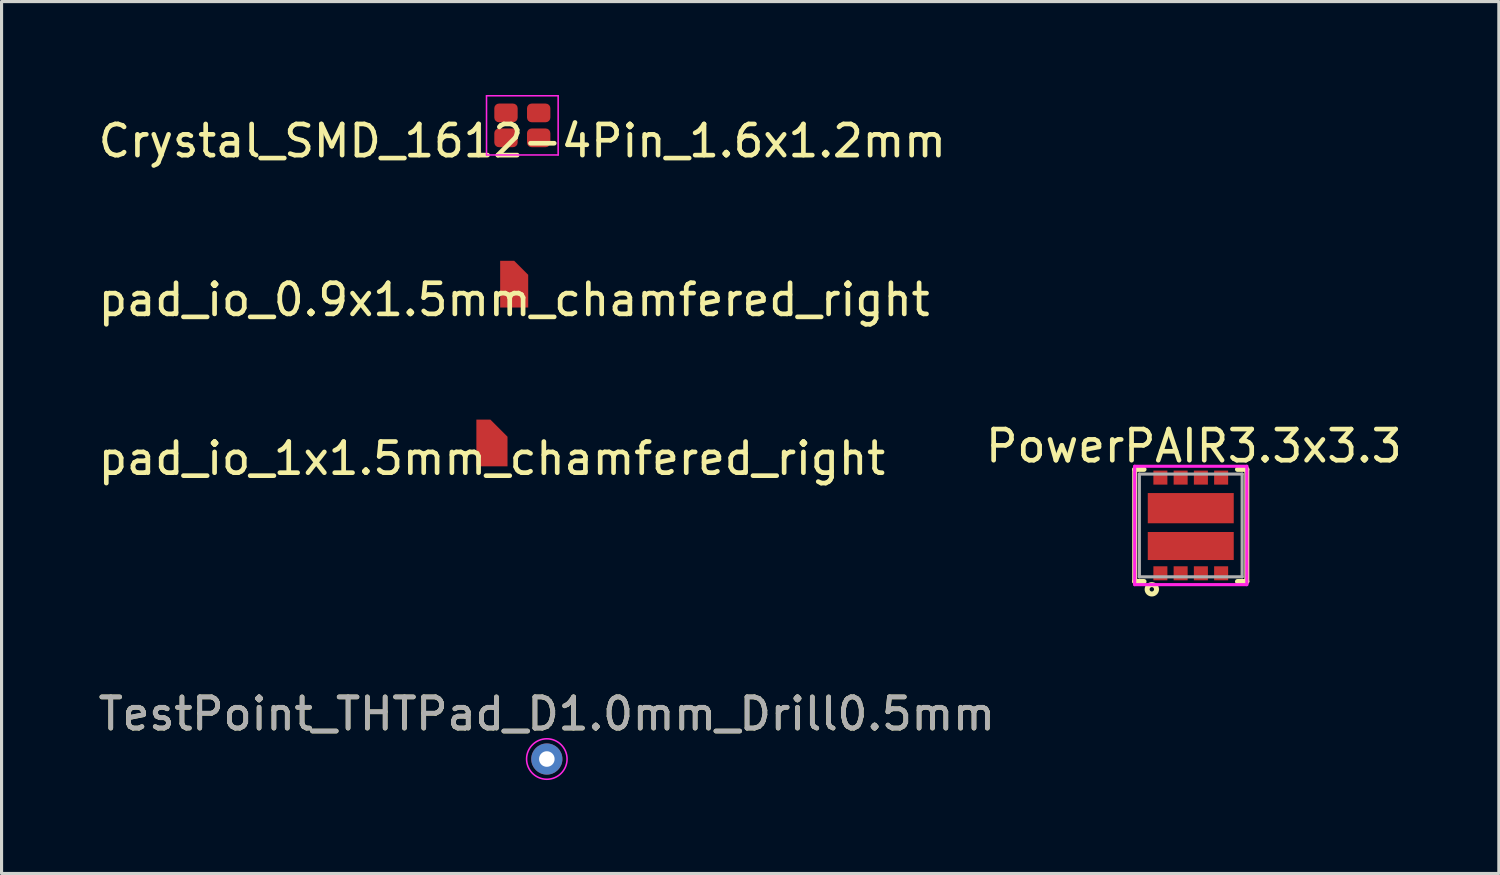
<source format=kicad_pcb>
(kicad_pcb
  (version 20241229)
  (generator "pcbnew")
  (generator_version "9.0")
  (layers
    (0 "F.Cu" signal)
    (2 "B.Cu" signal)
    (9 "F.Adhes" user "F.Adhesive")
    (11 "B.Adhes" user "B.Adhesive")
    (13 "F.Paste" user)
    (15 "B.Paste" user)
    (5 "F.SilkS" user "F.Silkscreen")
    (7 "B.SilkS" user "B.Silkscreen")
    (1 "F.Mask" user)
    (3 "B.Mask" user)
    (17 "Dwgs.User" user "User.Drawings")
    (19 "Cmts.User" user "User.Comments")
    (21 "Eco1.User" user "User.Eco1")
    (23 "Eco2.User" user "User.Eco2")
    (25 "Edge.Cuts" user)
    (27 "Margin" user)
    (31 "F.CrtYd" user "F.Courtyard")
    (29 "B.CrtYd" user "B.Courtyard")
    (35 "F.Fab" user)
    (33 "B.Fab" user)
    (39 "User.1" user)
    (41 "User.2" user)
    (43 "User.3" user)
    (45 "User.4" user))
  (footprint "PowerPAIR3.3x3.3"
    (layer "F.Cu")
    (at 35.18 13.82)
    (property "Reference" "PowerPAIR3.3x3.3" (at 0.1 -2.55 0) (layer "F.SilkS") (effects (font (size 1 1) (thickness 0.15))))
    (attr smd)
    (fp_line (start -1.8 -1.8) (end -1.8 1.8) (stroke (width 0.16) (type solid)) (layer "F.SilkS"))
    (fp_line (start -1.8 1.8) (end -1.5 1.8) (stroke (width 0.16) (type solid)) (layer "F.SilkS"))
    (fp_line (start -1.5 -1.8) (end -1.8 -1.8) (stroke (width 0.16) (type solid)) (layer "F.SilkS"))
    (fp_line (start 1.5 -1.8) (end 1.8 -1.8) (stroke (width 0.16) (type solid)) (layer "F.SilkS"))
    (fp_line (start 1.8 -1.8) (end 1.8 1.8) (stroke (width 0.16) (type solid)) (layer "F.SilkS"))
    (fp_line (start 1.8 1.8) (end 1.5 1.8) (stroke (width 0.16) (type solid)) (layer "F.SilkS"))
    (fp_circle (center -1.25 2.05) (end -1.2 2.1) (stroke (width 0.16) (type solid)) (fill no) (layer "F.SilkS"))
    (fp_line (start -1.8 -1.9) (end -1.8 1.9) (stroke (width 0.1) (type solid)) (layer "F.CrtYd"))
    (fp_line (start -1.8 -1.9) (end 1.8 -1.9) (stroke (width 0.1) (type solid)) (layer "F.CrtYd"))
    (fp_line (start -1.8 1.9) (end 1.8 1.9) (stroke (width 0.1) (type solid)) (layer "F.CrtYd"))
    (fp_line (start 1.8 -1.9) (end 1.8 1.9) (stroke (width 0.1) (type solid)) (layer "F.CrtYd"))
    (fp_line (start -1.65 -1.65) (end 1.65 -1.65) (stroke (width 0.1) (type solid)) (layer "F.Fab"))
    (fp_line (start -1.65 1.65) (end -1.65 -1.65) (stroke (width 0.1) (type solid)) (layer "F.Fab"))
    (fp_line (start 1.65 -1.65) (end 1.65 1.65) (stroke (width 0.1) (type solid)) (layer "F.Fab"))
    (fp_line (start 1.65 1.65) (end -1.65 1.65) (stroke (width 0.1) (type solid)) (layer "F.Fab"))
    (pad "1" smd rect (at -0.975 1.536) (size 0.45 0.45) (layers "F.Cu" "F.Mask" "F.Paste"))
    (pad "2" smd rect (at -0.325 1.536) (size 0.45 0.45) (layers "F.Cu" "F.Mask" "F.Paste"))
    (pad "2" smd rect (at 0 0.66) (size 2.76 0.9) (layers "F.Cu" "F.Mask" "F.Paste"))
    (pad "2" smd rect (at 0.325 1.536) (size 0.45 0.45) (layers "F.Cu" "F.Mask" "F.Paste"))
    (pad "2" smd rect (at 0.975 1.536) (size 0.45 0.45) (layers "F.Cu" "F.Mask" "F.Paste"))
    (pad "3" smd rect (at 0 -0.555) (size 2.76 0.97) (layers "F.Cu" "F.Mask" "F.Paste"))
    (pad "4" smd rect (at -0.325 -1.536) (size 0.45 0.45) (layers "F.Cu" "F.Mask" "F.Paste"))
    (pad "4" smd rect (at 0.325 -1.536) (size 0.45 0.45) (layers "F.Cu" "F.Mask" "F.Paste"))
    (pad "4" smd rect (at 0.975 -1.536) (size 0.45 0.45) (layers "F.Cu" "F.Mask" "F.Paste"))
    (pad "5" smd rect (at -0.975 -1.536) (size 0.45 0.45) (layers "F.Cu" "F.Mask" "F.Paste")))
  (footprint "pad_io_1x1.5mm_chamfered_right"
    (layer "F.Cu")
    (at 12.744 11.171)
    (property "Reference" "pad_io_1x1.5mm_chamfered_right" (at 0 0.5 0) (layer "F.SilkS") (effects (font (size 1 1) (thickness 0.15))))
    (attr exclude_from_pos_files exclude_from_bom)
    (pad "1" smd custom (at 0 0) (size 0.2 0.2) (layers "F.Cu" "F.Mask") (options (anchor rect)) (primitives (gr_poly (pts (xy -0.5 0.75) (xy 0.5 0.75) (xy 0.5 -0.2) (xy -0.05 -0.75) (xy -0.5 -0.75)) (width 0) (fill yes)))))
  (footprint "TestPoint_THTPad_D1.0mm_Drill0.5mm"
    (layer "F.Cu")
    (at 14.506 21.319)
    (property "Reference" "TestPoint_THTPad_D1.0mm_Drill0.5mm" (at 0 -1.448 0) (layer "F.SilkS") (effects (font (size 1 1) (thickness 0.15))))
    (attr exclude_from_pos_files exclude_from_bom)
    (fp_circle (center 0 0) (end 0.65 0) (stroke (width 0.05) (type solid)) (fill no) (layer "F.CrtYd"))
    (fp_text user "${REFERENCE}" (at 0 -1.45 0) (layer "F.Fab") (effects (font (size 1 1) (thickness 0.15))))
    (pad "1" thru_hole circle (at 0 0) (size 1 1) (drill 0.5) (layers "*.Cu" "*.Mask")))
  (footprint "pad_io_0.9x1.5mm_chamfered_right"
    (layer "F.Cu")
    (at 13.458 6.073)
    (property "Reference" "pad_io_0.9x1.5mm_chamfered_right" (at 0 0.5 0) (layer "F.SilkS") (effects (font (size 1 1) (thickness 0.15))))
    (attr exclude_from_pos_files exclude_from_bom)
    (pad "1" smd custom (at 0 0) (size 0.5 0.5) (layers "F.Cu" "F.Mask") (options (anchor rect)) (primitives (gr_poly (pts (xy 0.45 0.75) (xy -0.45 0.75) (xy -0.45 -0.75) (xy 0 -0.75) (xy 0.45 -0.3)) (width 0) (fill yes)))))
  (footprint "Crystal_SMD_1612-4Pin_1.6x1.2mm"
    (layer "F.Cu")
    (at 13.72 0.975)
    (property "Reference" "Crystal_SMD_1612-4Pin_1.6x1.2mm" (at 0 0.5 0) (layer "F.SilkS") (effects (font (size 1 1) (thickness 0.15))))
    (attr smd)
    (fp_line (start -1.15 -0.95) (end -1.15 0.95) (stroke (width 0.05) (type solid)) (layer "F.CrtYd"))
    (fp_line (start -1.15 0.95) (end 1.15 0.95) (stroke (width 0.05) (type solid)) (layer "F.CrtYd"))
    (fp_line (start 1.15 -0.95) (end -1.15 -0.95) (stroke (width 0.05) (type solid)) (layer "F.CrtYd"))
    (fp_line (start 1.15 0.95) (end 1.15 -0.95) (stroke (width 0.05) (type solid)) (layer "F.CrtYd"))
    (pad "1" smd roundrect (at -0.525 0.4) (size 0.75 0.6) (layers "F.Cu" "F.Mask" "F.Paste") (roundrect_rratio 0.25))
    (pad "2" smd roundrect (at 0.525 0.4) (size 0.75 0.6) (layers "F.Cu" "F.Mask" "F.Paste") (roundrect_rratio 0.25))
    (pad "3" smd roundrect (at 0.525 -0.4) (size 0.75 0.6) (layers "F.Cu" "F.Mask" "F.Paste") (roundrect_rratio 0.25))
    (pad "4" smd roundrect (at -0.525 -0.4) (size 0.75 0.6) (layers "F.Cu" "F.Mask" "F.Paste") (roundrect_rratio 0.25)))
  (gr_rect
    (start -3 -3)
    (end 45.071 24.994)
    (stroke (width 0.1) (type default))
    (fill no)
    (layer "Edge.Cuts")))
</source>
